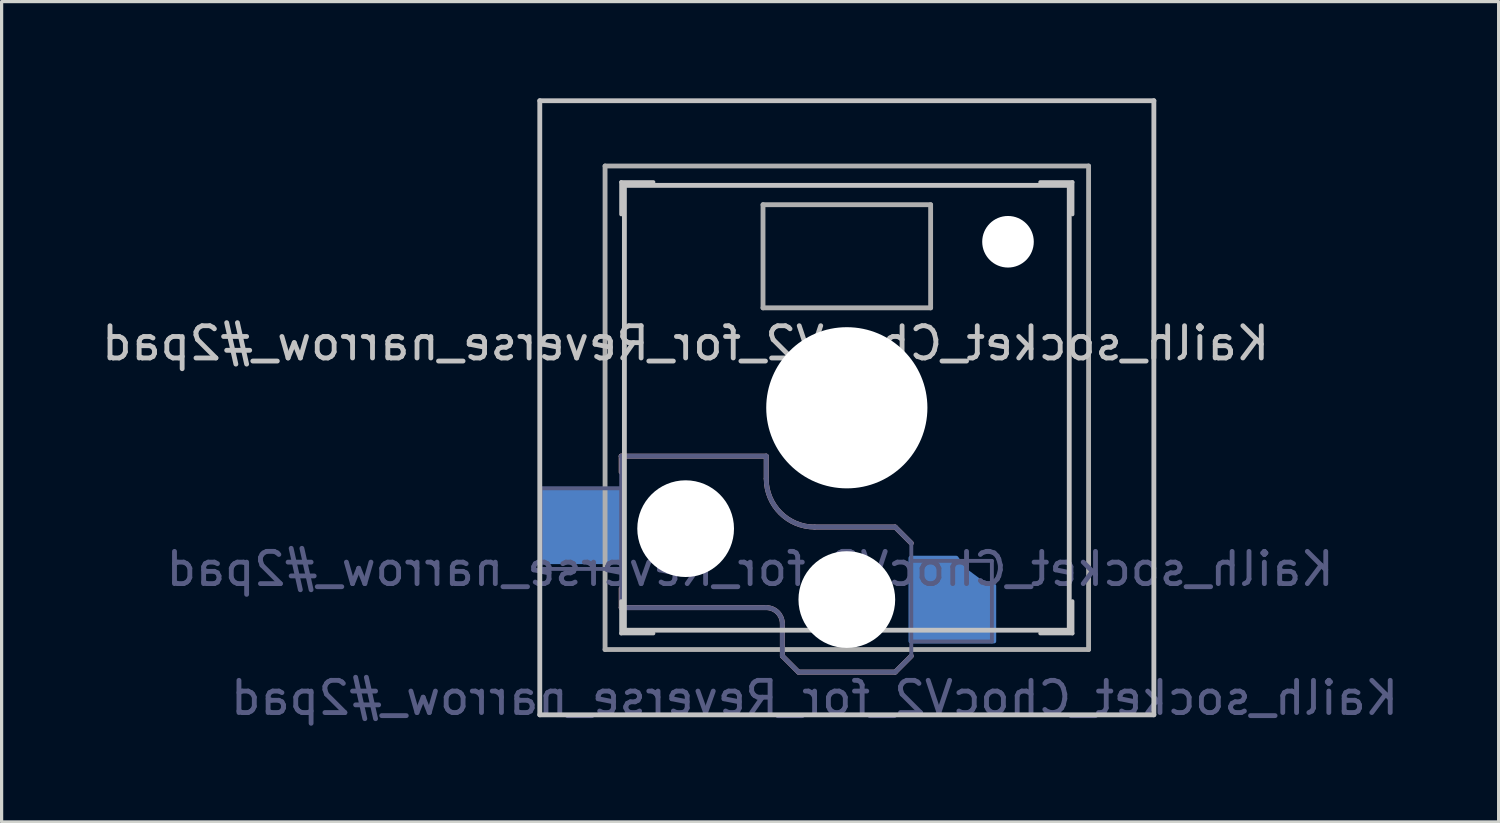
<source format=kicad_pcb>
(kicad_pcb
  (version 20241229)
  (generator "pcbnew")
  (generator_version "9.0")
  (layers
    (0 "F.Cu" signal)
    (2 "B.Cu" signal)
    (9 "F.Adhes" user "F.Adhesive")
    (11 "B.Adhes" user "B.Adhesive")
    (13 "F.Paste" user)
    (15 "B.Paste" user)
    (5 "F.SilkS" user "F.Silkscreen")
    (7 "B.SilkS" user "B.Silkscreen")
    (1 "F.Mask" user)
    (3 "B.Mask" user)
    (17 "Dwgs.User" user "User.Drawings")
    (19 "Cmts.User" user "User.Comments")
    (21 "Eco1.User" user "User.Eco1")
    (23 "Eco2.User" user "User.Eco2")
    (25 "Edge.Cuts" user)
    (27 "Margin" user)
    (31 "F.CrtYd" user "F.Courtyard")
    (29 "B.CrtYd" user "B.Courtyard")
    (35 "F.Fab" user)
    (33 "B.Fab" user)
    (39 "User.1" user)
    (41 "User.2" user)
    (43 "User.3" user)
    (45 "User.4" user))
  (footprint "Kailh_socket_ChocV2_for_Reverse_narrow_#2pad"
    (layer "F.Cu")
    (at 23.22 9.6)
    (property "Reference" "Kailh_socket_ChocV2_for_Reverse_narrow_#2pad" (at -5 -2 0) (layer "Dwgs.User") (effects (font (size 1 1) (thickness 0.15)) (justify mirror)))
    (property "Value" "Kailh_socket_ChocV2_for_Reverse_narrow_#2pad" (at 0 8.255 0) (layer "F.Fab") (hide yes) (effects (font (size 1 1) (thickness 0.15))))
    (attr smd)
    (fp_line (start -7 1.5) (end -7 2) (stroke (width 0.15) (type solid)) (layer "B.SilkS"))
    (fp_line (start -7 5.6) (end -7 6.2) (stroke (width 0.15) (type solid)) (layer "B.SilkS"))
    (fp_line (start -7 6.2) (end -2.5 6.2) (stroke (width 0.15) (type solid)) (layer "B.SilkS"))
    (fp_line (start -2.5 1.5) (end -7 1.5) (stroke (width 0.15) (type solid)) (layer "B.SilkS"))
    (fp_line (start -2.5 2.2) (end -2.5 1.5) (stroke (width 0.15) (type solid)) (layer "B.SilkS"))
    (fp_line (start -2 6.7) (end -2 7.7) (stroke (width 0.15) (type solid)) (layer "B.SilkS"))
    (fp_line (start -1.5 8.2) (end -2 7.7) (stroke (width 0.15) (type solid)) (layer "B.SilkS"))
    (fp_line (start 1.5 3.7) (end -1 3.7) (stroke (width 0.15) (type solid)) (layer "B.SilkS"))
    (fp_line (start 1.5 8.2) (end -1.5 8.2) (stroke (width 0.15) (type solid)) (layer "B.SilkS"))
    (fp_line (start 2 4.2) (end 1.5 3.7) (stroke (width 0.15) (type solid)) (layer "B.SilkS"))
    (fp_line (start 2 7.7) (end 1.5 8.2) (stroke (width 0.15) (type solid)) (layer "B.SilkS"))
    (fp_arc (start -2.5 6.2) (mid -2.146447 6.346447) (end -2 6.7) (stroke (width 0.15) (type solid)) (layer "B.SilkS"))
    (fp_arc (start -1 3.7) (mid -2.06066 3.26066) (end -2.5 2.2) (stroke (width 0.15) (type solid)) (layer "B.SilkS"))
    (fp_line (start -9.525 -9.525) (end 9.525 -9.525) (stroke (width 0.15) (type solid)) (layer "Dwgs.User"))
    (fp_line (start -9.525 9.525) (end -9.525 -9.525) (stroke (width 0.15) (type solid)) (layer "Dwgs.User"))
    (fp_line (start -7 -7) (end -7 -6) (stroke (width 0.12) (type solid)) (layer "Dwgs.User"))
    (fp_line (start -7 -7) (end -6 -7) (stroke (width 0.12) (type solid)) (layer "Dwgs.User"))
    (fp_line (start -7 7) (end -7 6) (stroke (width 0.12) (type solid)) (layer "Dwgs.User"))
    (fp_line (start -7 7) (end -6 7) (stroke (width 0.12) (type solid)) (layer "Dwgs.User"))
    (fp_line (start -6.9 6.9) (end -6.9 -6.9) (stroke (width 0.15) (type solid)) (layer "Dwgs.User"))
    (fp_line (start -6.9 6.9) (end 6.9 6.9) (stroke (width 0.15) (type solid)) (layer "Dwgs.User"))
    (fp_line (start 6.9 -6.9) (end -6.9 -6.9) (stroke (width 0.15) (type solid)) (layer "Dwgs.User"))
    (fp_line (start 6.9 -6.9) (end 6.9 6.9) (stroke (width 0.15) (type solid)) (layer "Dwgs.User"))
    (fp_line (start 7 -7) (end 6 -7) (stroke (width 0.12) (type solid)) (layer "Dwgs.User"))
    (fp_line (start 7 -7) (end 7 -6) (stroke (width 0.12) (type solid)) (layer "Dwgs.User"))
    (fp_line (start 7 7) (end 6 7) (stroke (width 0.12) (type solid)) (layer "Dwgs.User"))
    (fp_line (start 7 7) (end 7 6) (stroke (width 0.12) (type solid)) (layer "Dwgs.User"))
    (fp_line (start 9.525 -9.525) (end 9.525 9.525) (stroke (width 0.15) (type solid)) (layer "Dwgs.User"))
    (fp_line (start 9.525 9.525) (end -9.525 9.525) (stroke (width 0.15) (type solid)) (layer "Dwgs.User"))
    (fp_line (start -9.5 2.5) (end -7 2.5) (stroke (width 0.12) (type solid)) (layer "B.Fab"))
    (fp_line (start -9.5 5) (end -9.5 2.5) (stroke (width 0.12) (type solid)) (layer "B.Fab"))
    (fp_line (start -7 1.5) (end -7 6.2) (stroke (width 0.12) (type solid)) (layer "B.Fab"))
    (fp_line (start -7 5) (end -9.5 5) (stroke (width 0.12) (type solid)) (layer "B.Fab"))
    (fp_line (start -7 6.2) (end -2.5 6.2) (stroke (width 0.15) (type solid)) (layer "B.Fab"))
    (fp_line (start -2.5 1.5) (end -7 1.5) (stroke (width 0.15) (type solid)) (layer "B.Fab"))
    (fp_line (start -2.5 2.2) (end -2.5 1.5) (stroke (width 0.15) (type solid)) (layer "B.Fab"))
    (fp_line (start -2 6.7) (end -2 7.7) (stroke (width 0.15) (type solid)) (layer "B.Fab"))
    (fp_line (start -1.5 8.2) (end -2 7.7) (stroke (width 0.15) (type solid)) (layer "B.Fab"))
    (fp_line (start 1.5 3.7) (end -1 3.7) (stroke (width 0.15) (type solid)) (layer "B.Fab"))
    (fp_line (start 1.5 8.2) (end -1.5 8.2) (stroke (width 0.15) (type solid)) (layer "B.Fab"))
    (fp_line (start 2 4.2) (end 1.5 3.7) (stroke (width 0.15) (type solid)) (layer "B.Fab"))
    (fp_line (start 2 4.25) (end 2 7.7) (stroke (width 0.12) (type solid)) (layer "B.Fab"))
    (fp_line (start 2 4.75) (end 4.5 4.75) (stroke (width 0.12) (type solid)) (layer "B.Fab"))
    (fp_line (start 2 7.7) (end 1.5 8.2) (stroke (width 0.15) (type solid)) (layer "B.Fab"))
    (fp_line (start 4.5 4.75) (end 4.5 7.25) (stroke (width 0.12) (type solid)) (layer "B.Fab"))
    (fp_line (start 4.5 7.25) (end 2 7.25) (stroke (width 0.12) (type solid)) (layer "B.Fab"))
    (fp_arc (start -2.5 6.2) (mid -2.146447 6.346447) (end -2 6.7) (stroke (width 0.15) (type solid)) (layer "B.Fab"))
    (fp_arc (start -1 3.7) (mid -2.06066 3.26066) (end -2.5 2.2) (stroke (width 0.15) (type solid)) (layer "B.Fab"))
    (fp_line (start -7.5 -7.5) (end 7.5 -7.5) (stroke (width 0.15) (type solid)) (layer "F.Fab"))
    (fp_line (start -7.5 7.5) (end -7.5 -7.5) (stroke (width 0.15) (type solid)) (layer "F.Fab"))
    (fp_line (start -2.6 -3.1) (end -2.6 -6.3) (stroke (width 0.15) (type solid)) (layer "F.Fab"))
    (fp_line (start -2.6 -3.1) (end 2.6 -3.1) (stroke (width 0.15) (type solid)) (layer "F.Fab"))
    (fp_line (start 2.6 -6.3) (end -2.6 -6.3) (stroke (width 0.15) (type solid)) (layer "F.Fab"))
    (fp_line (start 2.6 -3.1) (end 2.6 -6.3) (stroke (width 0.15) (type solid)) (layer "F.Fab"))
    (fp_line (start 7.5 -7.5) (end 7.5 7.5) (stroke (width 0.15) (type solid)) (layer "F.Fab"))
    (fp_line (start 7.5 7.5) (end -7.5 7.5) (stroke (width 0.15) (type solid)) (layer "F.Fab"))
    (fp_text user "${REFERENCE}" (at -3 5 0) (layer "B.Fab") (effects (font (size 1 1) (thickness 0.15)) (justify mirror)))
    (fp_text user "${VALUE}" (at -1 9 0) (layer "B.Fab") (effects (font (size 1 1) (thickness 0.15)) (justify mirror)))
    (pad "" np_thru_hole circle (at -5 3.75) (size 3 3) (drill 3) (layers "*.Cu" "*.Mask"))
    (pad "" np_thru_hole circle (at 0 0) (size 5 5) (drill 5) (layers "*.Cu" "*.Mask"))
    (pad "" np_thru_hole circle (at 0 5.95) (size 3 3) (drill 3) (layers "*.Cu" "*.Mask"))
    (pad "" np_thru_hole circle (at 5 -5.15) (size 1.6 1.6) (drill 1.6) (layers "*.Cu" "*.Mask"))
    (pad "1" smd custom (at 2.812 6.3) (size 1.675 1.9) (layers "B.Cu" "B.Mask" "B.Paste") (options (anchor rect)) (primitives (gr_poly (pts (xy -0.838 -1.65) (xy -0.838 0.95) (xy 1.762 0.95) (xy 1.762 -0.78) (xy 1.308 -0.93) (xy 0.838 -1.28) (xy 0.588 -1.65)) (width 0.12) (fill yes))))
    (pad "2" smd rect (at -8.275 3.65) (size 2.6 2.4) (layers "B.Cu" "B.Mask" "B.Paste")))
  (gr_rect
    (start -3 -3)
    (end 43.44 22.448)
    (stroke (width 0.1) (type default))
    (fill no)
    (layer "Edge.Cuts")))
</source>
